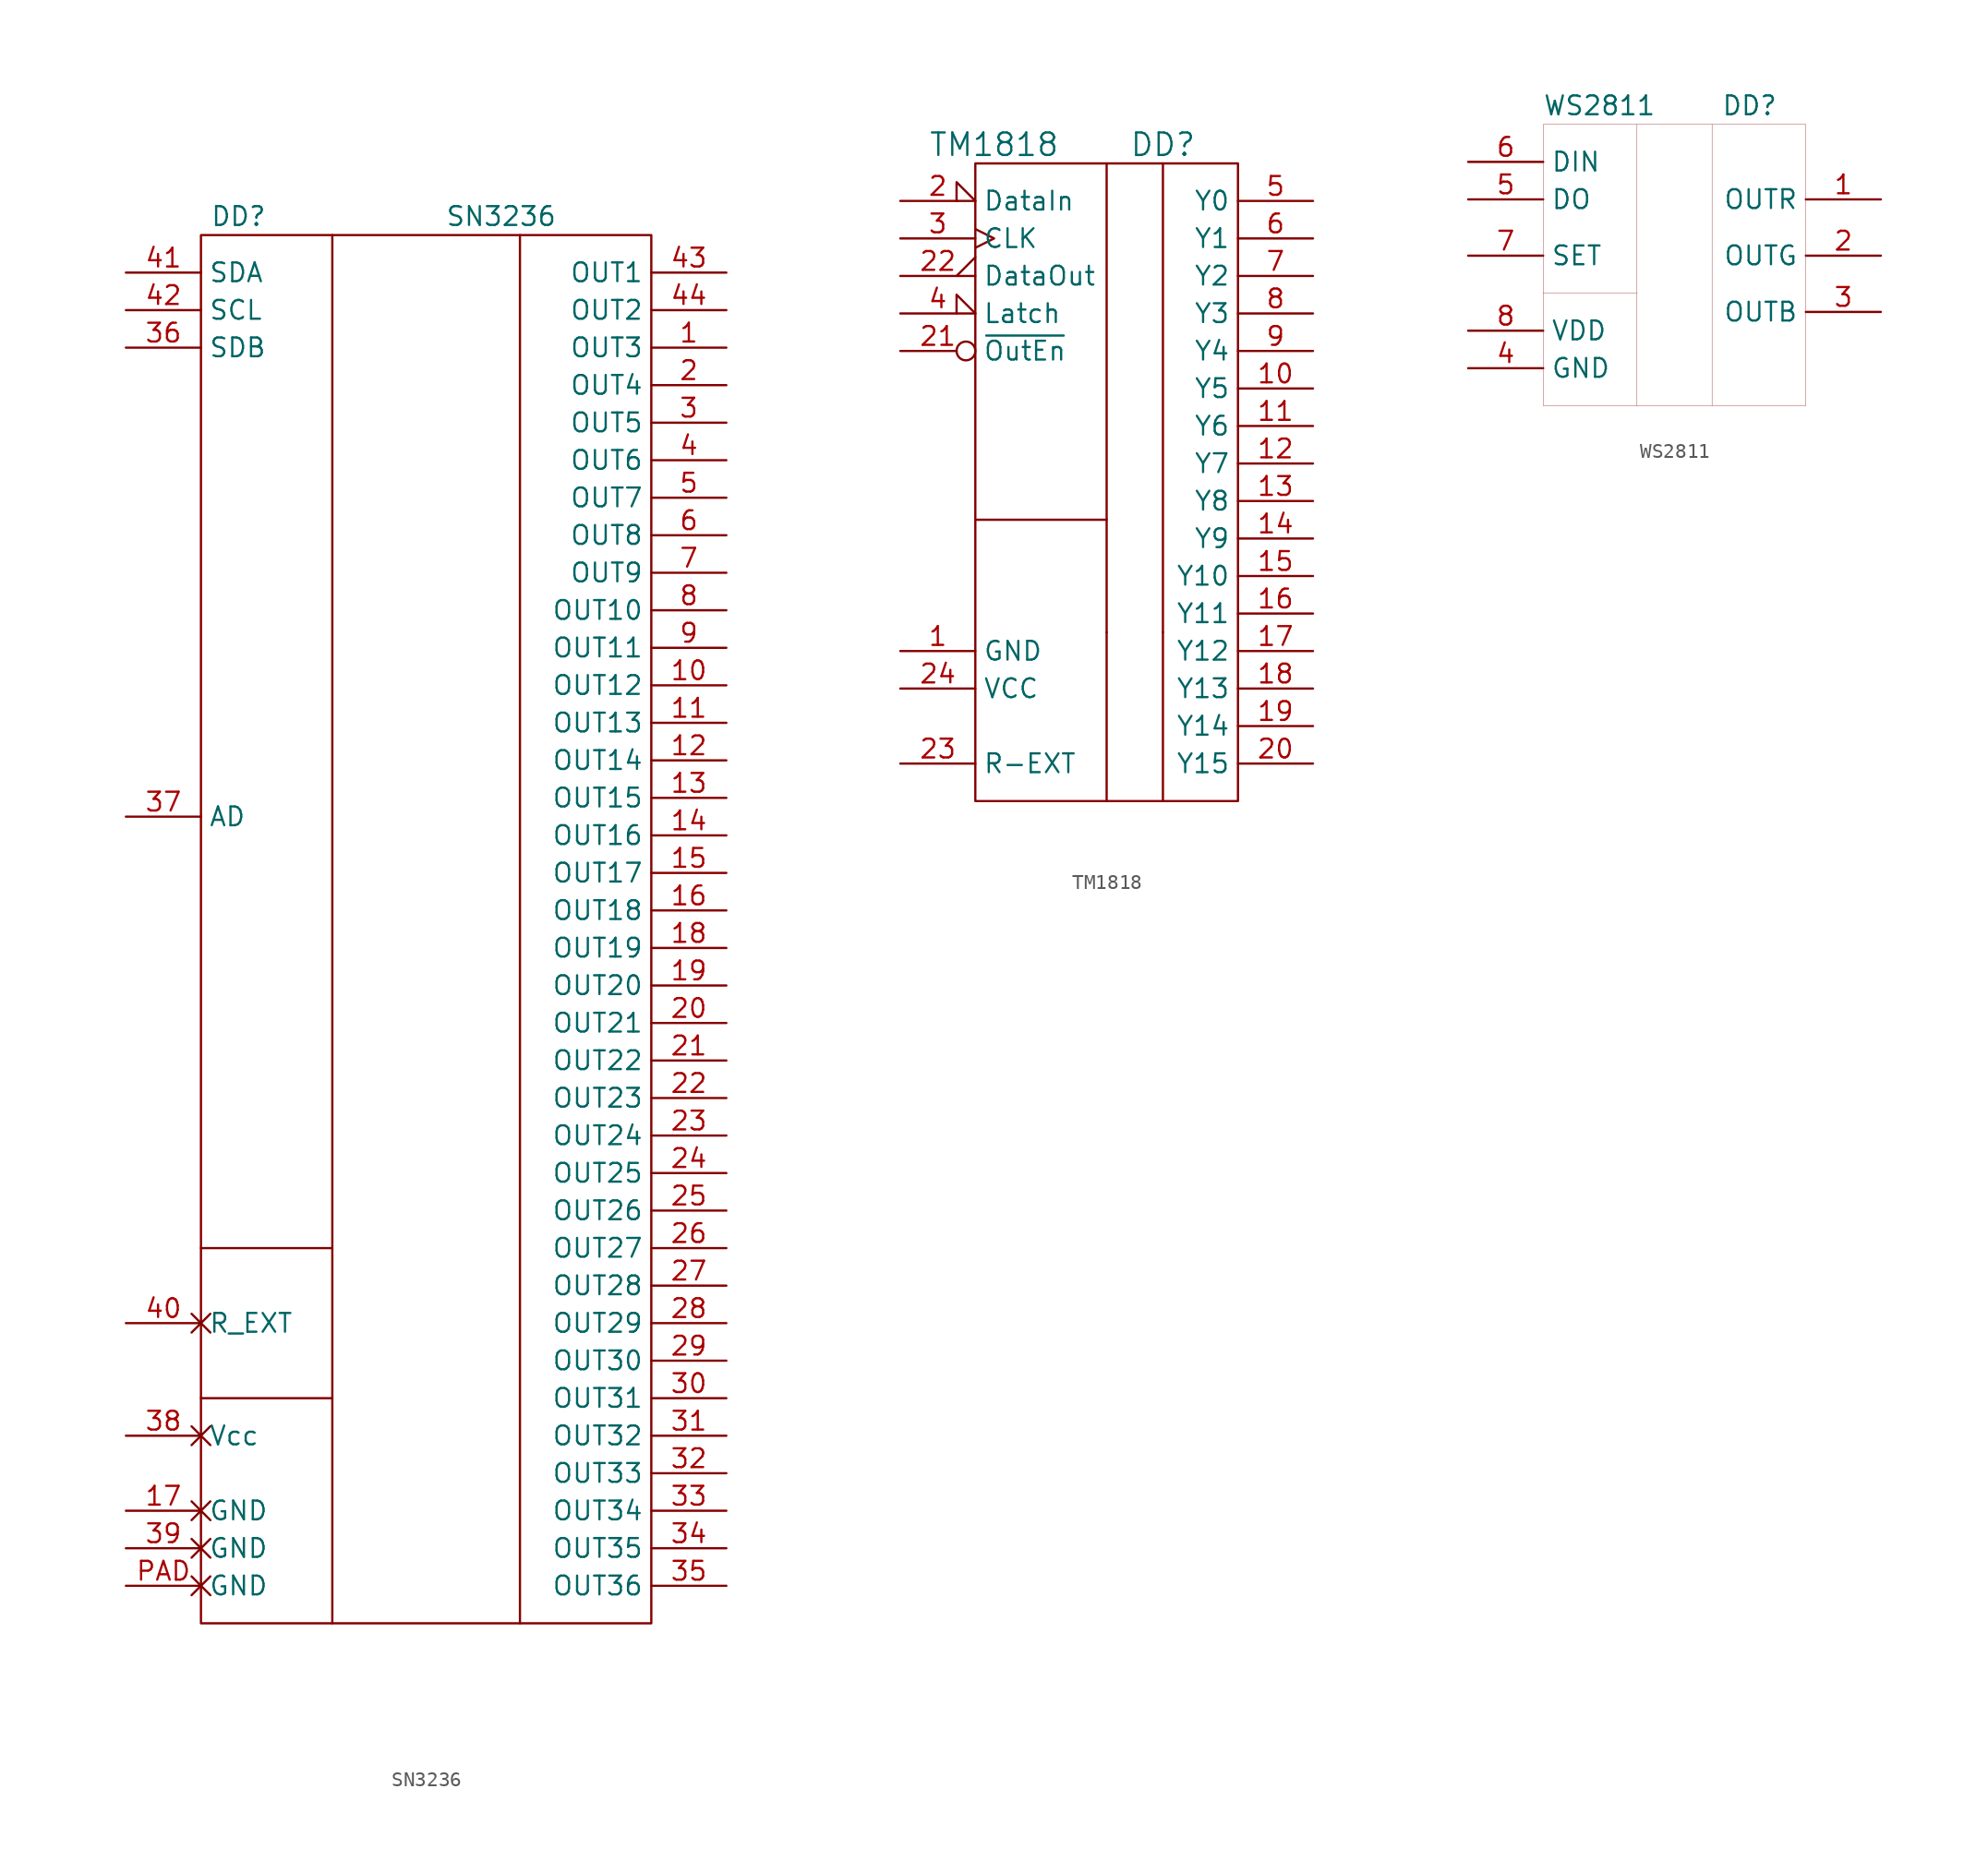
<source format=kicad_sym>
(kicad_symbol_lib
  (version 20200126)
  (host kicad_symbol_editor "(5.99.0-2374-ga61ea1fb0)")
  (symbol "LED_Driver:SN3236"
    (property "Reference" "DD"
      (at -12.7 41.91 0)
      (effects (font (size 1.27 1.27))))
    (property "Value" "SN3236"
      (at 5.08 41.91 0)
      (effects (font (size 1.27 1.27))))
    (symbol "SN3236_0_1"
      (rectangle (start 15.24 40.64) (end -15.24 -53.34) (stroke (width 0)) (fill (type none)))
      (polyline (pts (xy -15.24 -38.1) (xy -6.35 -38.1)) (stroke (width 0)) (fill (type none)))
      (polyline (pts (xy -15.24 -27.94) (xy -6.35 -27.94)) (stroke (width 0)) (fill (type none)))
      (polyline (pts (xy -6.35 -53.34) (xy -6.35 40.64)) (stroke (width 0)) (fill (type none)))
      (polyline (pts (xy 6.35 -53.34) (xy 6.35 40.64)) (stroke (width 0)) (fill (type none))))
    (symbol "SN3236_1_1"
      (pin passive line (at 20.32 33.02 180) (length 5.08) (name "OUT3" (effects (font (size 1.27 1.27)))) (number "1" (effects (font (size 1.27 1.27)))))
      (pin passive line (at 20.32 10.16 180) (length 5.08) (name "OUT12" (effects (font (size 1.27 1.27)))) (number "10" (effects (font (size 1.27 1.27)))))
      (pin passive line (at 20.32 7.62 180) (length 5.08) (name "OUT13" (effects (font (size 1.27 1.27)))) (number "11" (effects (font (size 1.27 1.27)))))
      (pin passive line (at 20.32 5.08 180) (length 5.08) (name "OUT14" (effects (font (size 1.27 1.27)))) (number "12" (effects (font (size 1.27 1.27)))))
      (pin passive line (at 20.32 2.54 180) (length 5.08) (name "OUT15" (effects (font (size 1.27 1.27)))) (number "13" (effects (font (size 1.27 1.27)))))
      (pin passive line (at 20.32 0 180) (length 5.08) (name "OUT16" (effects (font (size 1.27 1.27)))) (number "14" (effects (font (size 1.27 1.27)))))
      (pin passive line (at 20.32 -2.54 180) (length 5.08) (name "OUT17" (effects (font (size 1.27 1.27)))) (number "15" (effects (font (size 1.27 1.27)))))
      (pin passive line (at 20.32 -5.08 180) (length 5.08) (name "OUT18" (effects (font (size 1.27 1.27)))) (number "16" (effects (font (size 1.27 1.27)))))
      (pin power_in non_logic (at -20.32 -45.72 0) (length 5.08) (name "GND" (effects (font (size 1.27 1.27)))) (number "17" (effects (font (size 1.27 1.27)))))
      (pin passive line (at 20.32 -7.62 180) (length 5.08) (name "OUT19" (effects (font (size 1.27 1.27)))) (number "18" (effects (font (size 1.27 1.27)))))
      (pin passive line (at 20.32 -10.16 180) (length 5.08) (name "OUT20" (effects (font (size 1.27 1.27)))) (number "19" (effects (font (size 1.27 1.27)))))
      (pin passive line (at 20.32 30.48 180) (length 5.08) (name "OUT4" (effects (font (size 1.27 1.27)))) (number "2" (effects (font (size 1.27 1.27)))))
      (pin passive line (at 20.32 -12.7 180) (length 5.08) (name "OUT21" (effects (font (size 1.27 1.27)))) (number "20" (effects (font (size 1.27 1.27)))))
      (pin passive line (at 20.32 -15.24 180) (length 5.08) (name "OUT22" (effects (font (size 1.27 1.27)))) (number "21" (effects (font (size 1.27 1.27)))))
      (pin passive line (at 20.32 -17.78 180) (length 5.08) (name "OUT23" (effects (font (size 1.27 1.27)))) (number "22" (effects (font (size 1.27 1.27)))))
      (pin passive line (at 20.32 -20.32 180) (length 5.08) (name "OUT24" (effects (font (size 1.27 1.27)))) (number "23" (effects (font (size 1.27 1.27)))))
      (pin passive line (at 20.32 -22.86 180) (length 5.08) (name "OUT25" (effects (font (size 1.27 1.27)))) (number "24" (effects (font (size 1.27 1.27)))))
      (pin passive line (at 20.32 -25.4 180) (length 5.08) (name "OUT26" (effects (font (size 1.27 1.27)))) (number "25" (effects (font (size 1.27 1.27)))))
      (pin passive line (at 20.32 -27.94 180) (length 5.08) (name "OUT27" (effects (font (size 1.27 1.27)))) (number "26" (effects (font (size 1.27 1.27)))))
      (pin passive line (at 20.32 -30.48 180) (length 5.08) (name "OUT28" (effects (font (size 1.27 1.27)))) (number "27" (effects (font (size 1.27 1.27)))))
      (pin passive line (at 20.32 -33.02 180) (length 5.08) (name "OUT29" (effects (font (size 1.27 1.27)))) (number "28" (effects (font (size 1.27 1.27)))))
      (pin passive line (at 20.32 -35.56 180) (length 5.08) (name "OUT30" (effects (font (size 1.27 1.27)))) (number "29" (effects (font (size 1.27 1.27)))))
      (pin passive line (at 20.32 27.94 180) (length 5.08) (name "OUT5" (effects (font (size 1.27 1.27)))) (number "3" (effects (font (size 1.27 1.27)))))
      (pin passive line (at 20.32 -38.1 180) (length 5.08) (name "OUT31" (effects (font (size 1.27 1.27)))) (number "30" (effects (font (size 1.27 1.27)))))
      (pin passive line (at 20.32 -40.64 180) (length 5.08) (name "OUT32" (effects (font (size 1.27 1.27)))) (number "31" (effects (font (size 1.27 1.27)))))
      (pin passive line (at 20.32 -43.18 180) (length 5.08) (name "OUT33" (effects (font (size 1.27 1.27)))) (number "32" (effects (font (size 1.27 1.27)))))
      (pin passive line (at 20.32 -45.72 180) (length 5.08) (name "OUT34" (effects (font (size 1.27 1.27)))) (number "33" (effects (font (size 1.27 1.27)))))
      (pin passive line (at 20.32 -48.26 180) (length 5.08) (name "OUT35" (effects (font (size 1.27 1.27)))) (number "34" (effects (font (size 1.27 1.27)))))
      (pin passive line (at 20.32 -50.8 180) (length 5.08) (name "OUT36" (effects (font (size 1.27 1.27)))) (number "35" (effects (font (size 1.27 1.27)))))
      (pin passive line (at -20.32 33.02 0) (length 5.08) (name "SDB" (effects (font (size 1.27 1.27)))) (number "36" (effects (font (size 1.27 1.27)))))
      (pin passive line (at -20.32 1.27 0) (length 5.08) (name "AD" (effects (font (size 1.27 1.27)))) (number "37" (effects (font (size 1.27 1.27)))))
      (pin power_in non_logic (at -20.32 -40.64 0) (length 5.08) (name "Vcc" (effects (font (size 1.27 1.27)))) (number "38" (effects (font (size 1.27 1.27)))))
      (pin power_in non_logic (at -20.32 -48.26 0) (length 5.08) (name "GND" (effects (font (size 1.27 1.27)))) (number "39" (effects (font (size 1.27 1.27)))))
      (pin passive line (at 20.32 25.4 180) (length 5.08) (name "OUT6" (effects (font (size 1.27 1.27)))) (number "4" (effects (font (size 1.27 1.27)))))
      (pin passive non_logic (at -20.32 -33.02 0) (length 5.08) (name "R_EXT" (effects (font (size 1.27 1.27)))) (number "40" (effects (font (size 1.27 1.27)))))
      (pin passive line (at -20.32 38.1 0) (length 5.08) (name "SDA" (effects (font (size 1.27 1.27)))) (number "41" (effects (font (size 1.27 1.27)))))
      (pin passive line (at -20.32 35.56 0) (length 5.08) (name "SCL" (effects (font (size 1.27 1.27)))) (number "42" (effects (font (size 1.27 1.27)))))
      (pin passive line (at 20.32 38.1 180) (length 5.08) (name "OUT1" (effects (font (size 1.27 1.27)))) (number "43" (effects (font (size 1.27 1.27)))))
      (pin passive line (at 20.32 35.56 180) (length 5.08) (name "OUT2" (effects (font (size 1.27 1.27)))) (number "44" (effects (font (size 1.27 1.27)))))
      (pin passive line (at 20.32 22.86 180) (length 5.08) (name "OUT7" (effects (font (size 1.27 1.27)))) (number "5" (effects (font (size 1.27 1.27)))))
      (pin passive line (at 20.32 20.32 180) (length 5.08) (name "OUT8" (effects (font (size 1.27 1.27)))) (number "6" (effects (font (size 1.27 1.27)))))
      (pin passive line (at 20.32 17.78 180) (length 5.08) (name "OUT9" (effects (font (size 1.27 1.27)))) (number "7" (effects (font (size 1.27 1.27)))))
      (pin passive line (at 20.32 15.24 180) (length 5.08) (name "OUT10" (effects (font (size 1.27 1.27)))) (number "8" (effects (font (size 1.27 1.27)))))
      (pin passive line (at 20.32 12.7 180) (length 5.08) (name "OUT11" (effects (font (size 1.27 1.27)))) (number "9" (effects (font (size 1.27 1.27)))))
      (pin power_in non_logic (at -20.32 -50.8 0) (length 5.08) (name "GND" (effects (font (size 1.27 1.27)))) (number "PAD" (effects (font (size 1.27 1.27)))))))
  (symbol "LED_Driver:TM1818"
    (property "Reference" "DD"
      (at 3.81 21.59 0)
      (effects (font (size 1.524 1.524))))
    (property "Value" "TM1818"
      (at -7.62 21.59 0)
      (effects (font (size 1.524 1.524))))
    (property "Footprint" ""
      (at 0 0 0)
      (effects (font (size 1.524 1.524))))
    (property "Datasheet" ""
      (at 0 0 0)
      (effects (font (size 1.524 1.524))))
    (symbol "TM1818_0_1"
      (rectangle (start -8.89 20.32) (end 8.89 -22.86) (stroke (width 0)) (fill (type none)))
      (polyline (pts (xy 0 -11.43) (xy 0 -22.86)) (stroke (width 0)) (fill (type none)))
      (polyline (pts (xy 3.81 -11.43) (xy 3.81 -22.86)) (stroke (width 0)) (fill (type none)))
      (polyline (pts (xy -8.89 -3.81) (xy 0 -3.81) (xy 0 -3.81)) (stroke (width 0)) (fill (type none)))
      (polyline (pts (xy 0 20.32) (xy 0 -11.43) (xy 0 -11.43)) (stroke (width 0)) (fill (type none)))
      (polyline (pts (xy 3.81 20.32) (xy 3.81 -11.43) (xy 3.81 -11.43)) (stroke (width 0)) (fill (type none))))
    (symbol "TM1818_1_1"
      (pin power_in line (at -13.97 -12.7 0) (length 5.08) (name "GND" (effects (font (size 1.27 1.27)))) (number "1" (effects (font (size 1.27 1.27)))))
      (pin passive line (at 13.97 5.08 180) (length 5.08) (name "Y5" (effects (font (size 1.27 1.27)))) (number "10" (effects (font (size 1.27 1.27)))))
      (pin passive line (at 13.97 2.54 180) (length 5.08) (name "Y6" (effects (font (size 1.27 1.27)))) (number "11" (effects (font (size 1.27 1.27)))))
      (pin passive line (at 13.97 0 180) (length 5.08) (name "Y7" (effects (font (size 1.27 1.27)))) (number "12" (effects (font (size 1.27 1.27)))))
      (pin passive line (at 13.97 -2.54 180) (length 5.08) (name "Y8" (effects (font (size 1.27 1.27)))) (number "13" (effects (font (size 1.27 1.27)))))
      (pin passive line (at 13.97 -5.08 180) (length 5.08) (name "Y9" (effects (font (size 1.27 1.27)))) (number "14" (effects (font (size 1.27 1.27)))))
      (pin passive line (at 13.97 -7.62 180) (length 5.08) (name "Y10" (effects (font (size 1.27 1.27)))) (number "15" (effects (font (size 1.27 1.27)))))
      (pin passive line (at 13.97 -10.16 180) (length 5.08) (name "Y11" (effects (font (size 1.27 1.27)))) (number "16" (effects (font (size 1.27 1.27)))))
      (pin passive line (at 13.97 -12.7 180) (length 5.08) (name "Y12" (effects (font (size 1.27 1.27)))) (number "17" (effects (font (size 1.27 1.27)))))
      (pin passive line (at 13.97 -15.24 180) (length 5.08) (name "Y13" (effects (font (size 1.27 1.27)))) (number "18" (effects (font (size 1.27 1.27)))))
      (pin passive line (at 13.97 -17.78 180) (length 5.08) (name "Y14" (effects (font (size 1.27 1.27)))) (number "19" (effects (font (size 1.27 1.27)))))
      (pin passive input_low (at -13.97 17.78 0) (length 5.08) (name "DataIn" (effects (font (size 1.27 1.27)))) (number "2" (effects (font (size 1.27 1.27)))))
      (pin passive line (at 13.97 -20.32 180) (length 5.08) (name "Y15" (effects (font (size 1.27 1.27)))) (number "20" (effects (font (size 1.27 1.27)))))
      (pin passive inverted (at -13.97 7.62 0) (length 5.08) (name "~OutEn" (effects (font (size 1.27 1.27)))) (number "21" (effects (font (size 1.27 1.27)))))
      (pin passive output_low (at -13.97 12.7 0) (length 5.08) (name "DataOut" (effects (font (size 1.27 1.27)))) (number "22" (effects (font (size 1.27 1.27)))))
      (pin passive line (at -13.97 -20.32 0) (length 5.08) (name "R-EXT" (effects (font (size 1.27 1.27)))) (number "23" (effects (font (size 1.27 1.27)))))
      (pin power_in line (at -13.97 -15.24 0) (length 5.08) (name "VCC" (effects (font (size 1.27 1.27)))) (number "24" (effects (font (size 1.27 1.27)))))
      (pin passive clock (at -13.97 15.24 0) (length 5.08) (name "CLK" (effects (font (size 1.27 1.27)))) (number "3" (effects (font (size 1.27 1.27)))))
      (pin passive input_low (at -13.97 10.16 0) (length 5.08) (name "Latch" (effects (font (size 1.27 1.27)))) (number "4" (effects (font (size 1.27 1.27)))))
      (pin passive line (at 13.97 17.78 180) (length 5.08) (name "Y0" (effects (font (size 1.27 1.27)))) (number "5" (effects (font (size 1.27 1.27)))))
      (pin passive line (at 13.97 15.24 180) (length 5.08) (name "Y1" (effects (font (size 1.27 1.27)))) (number "6" (effects (font (size 1.27 1.27)))))
      (pin passive line (at 13.97 12.7 180) (length 5.08) (name "Y2" (effects (font (size 1.27 1.27)))) (number "7" (effects (font (size 1.27 1.27)))))
      (pin passive line (at 13.97 10.16 180) (length 5.08) (name "Y3" (effects (font (size 1.27 1.27)))) (number "8" (effects (font (size 1.27 1.27)))))
      (pin passive line (at 13.97 7.62 180) (length 5.08) (name "Y4" (effects (font (size 1.27 1.27)))) (number "9" (effects (font (size 1.27 1.27)))))))
  (symbol "LED_Driver:WS2811"
    (property "Reference" "DD"
      (at 5.08 10.16 0)
      (effects (font (size 1.27 1.27))))
    (property "Value" "WS2811"
      (at -5.08 10.16 0)
      (effects (font (size 1.27 1.27))))
    (symbol "WS2811_0_1"
      (rectangle (start -8.89 8.89) (end 8.89 -10.16) (stroke (width 0.001)) (fill (type none)))
      (polyline (pts (xy 2.54 -10.16) (xy 2.54 8.89)) (stroke (width 0.001)) (fill (type none)))
      (polyline (pts (xy -2.54 -10.16) (xy -2.54 8.89)) (stroke (width 0.001)) (fill (type none)))
      (polyline (pts (xy -8.89 -2.54) (xy -2.54 -2.54)) (stroke (width 0.001)) (fill (type none))))
    (symbol "WS2811_1_1"
      (pin passive line (at 13.97 3.81 180) (length 5.08) (name "OUTR" (effects (font (size 1.27 1.27)))) (number "1" (effects (font (size 1.27 1.27)))))
      (pin passive line (at 13.97 0 180) (length 5.08) (name "OUTG" (effects (font (size 1.27 1.27)))) (number "2" (effects (font (size 1.27 1.27)))))
      (pin passive line (at 13.97 -3.81 180) (length 5.08) (name "OUTB" (effects (font (size 1.27 1.27)))) (number "3" (effects (font (size 1.27 1.27)))))
      (pin passive line (at -13.97 0 0) (length 5.08) (name "SET" (effects (font (size 1.27 1.27)))) (number "7" (effects (font (size 1.27 1.27)))))
      (pin passive line (at -13.97 6.35 0) (length 5.08) (name "DIN" (effects (font (size 1.27 1.27)))) (number "6" (effects (font (size 1.27 1.27)))))
      (pin passive line (at -13.97 3.81 0) (length 5.08) (name "DO" (effects (font (size 1.27 1.27)))) (number "5" (effects (font (size 1.27 1.27)))))
      (pin power_in line (at -13.97 -5.08 0) (length 5.08) (name "VDD" (effects (font (size 1.27 1.27)))) (number "8" (effects (font (size 1.27 1.27)))))
      (pin power_in line (at -13.97 -7.62 0) (length 5.08) (name "GND" (effects (font (size 1.27 1.27)))) (number "4" (effects (font (size 1.27 1.27))))))))
</source>
